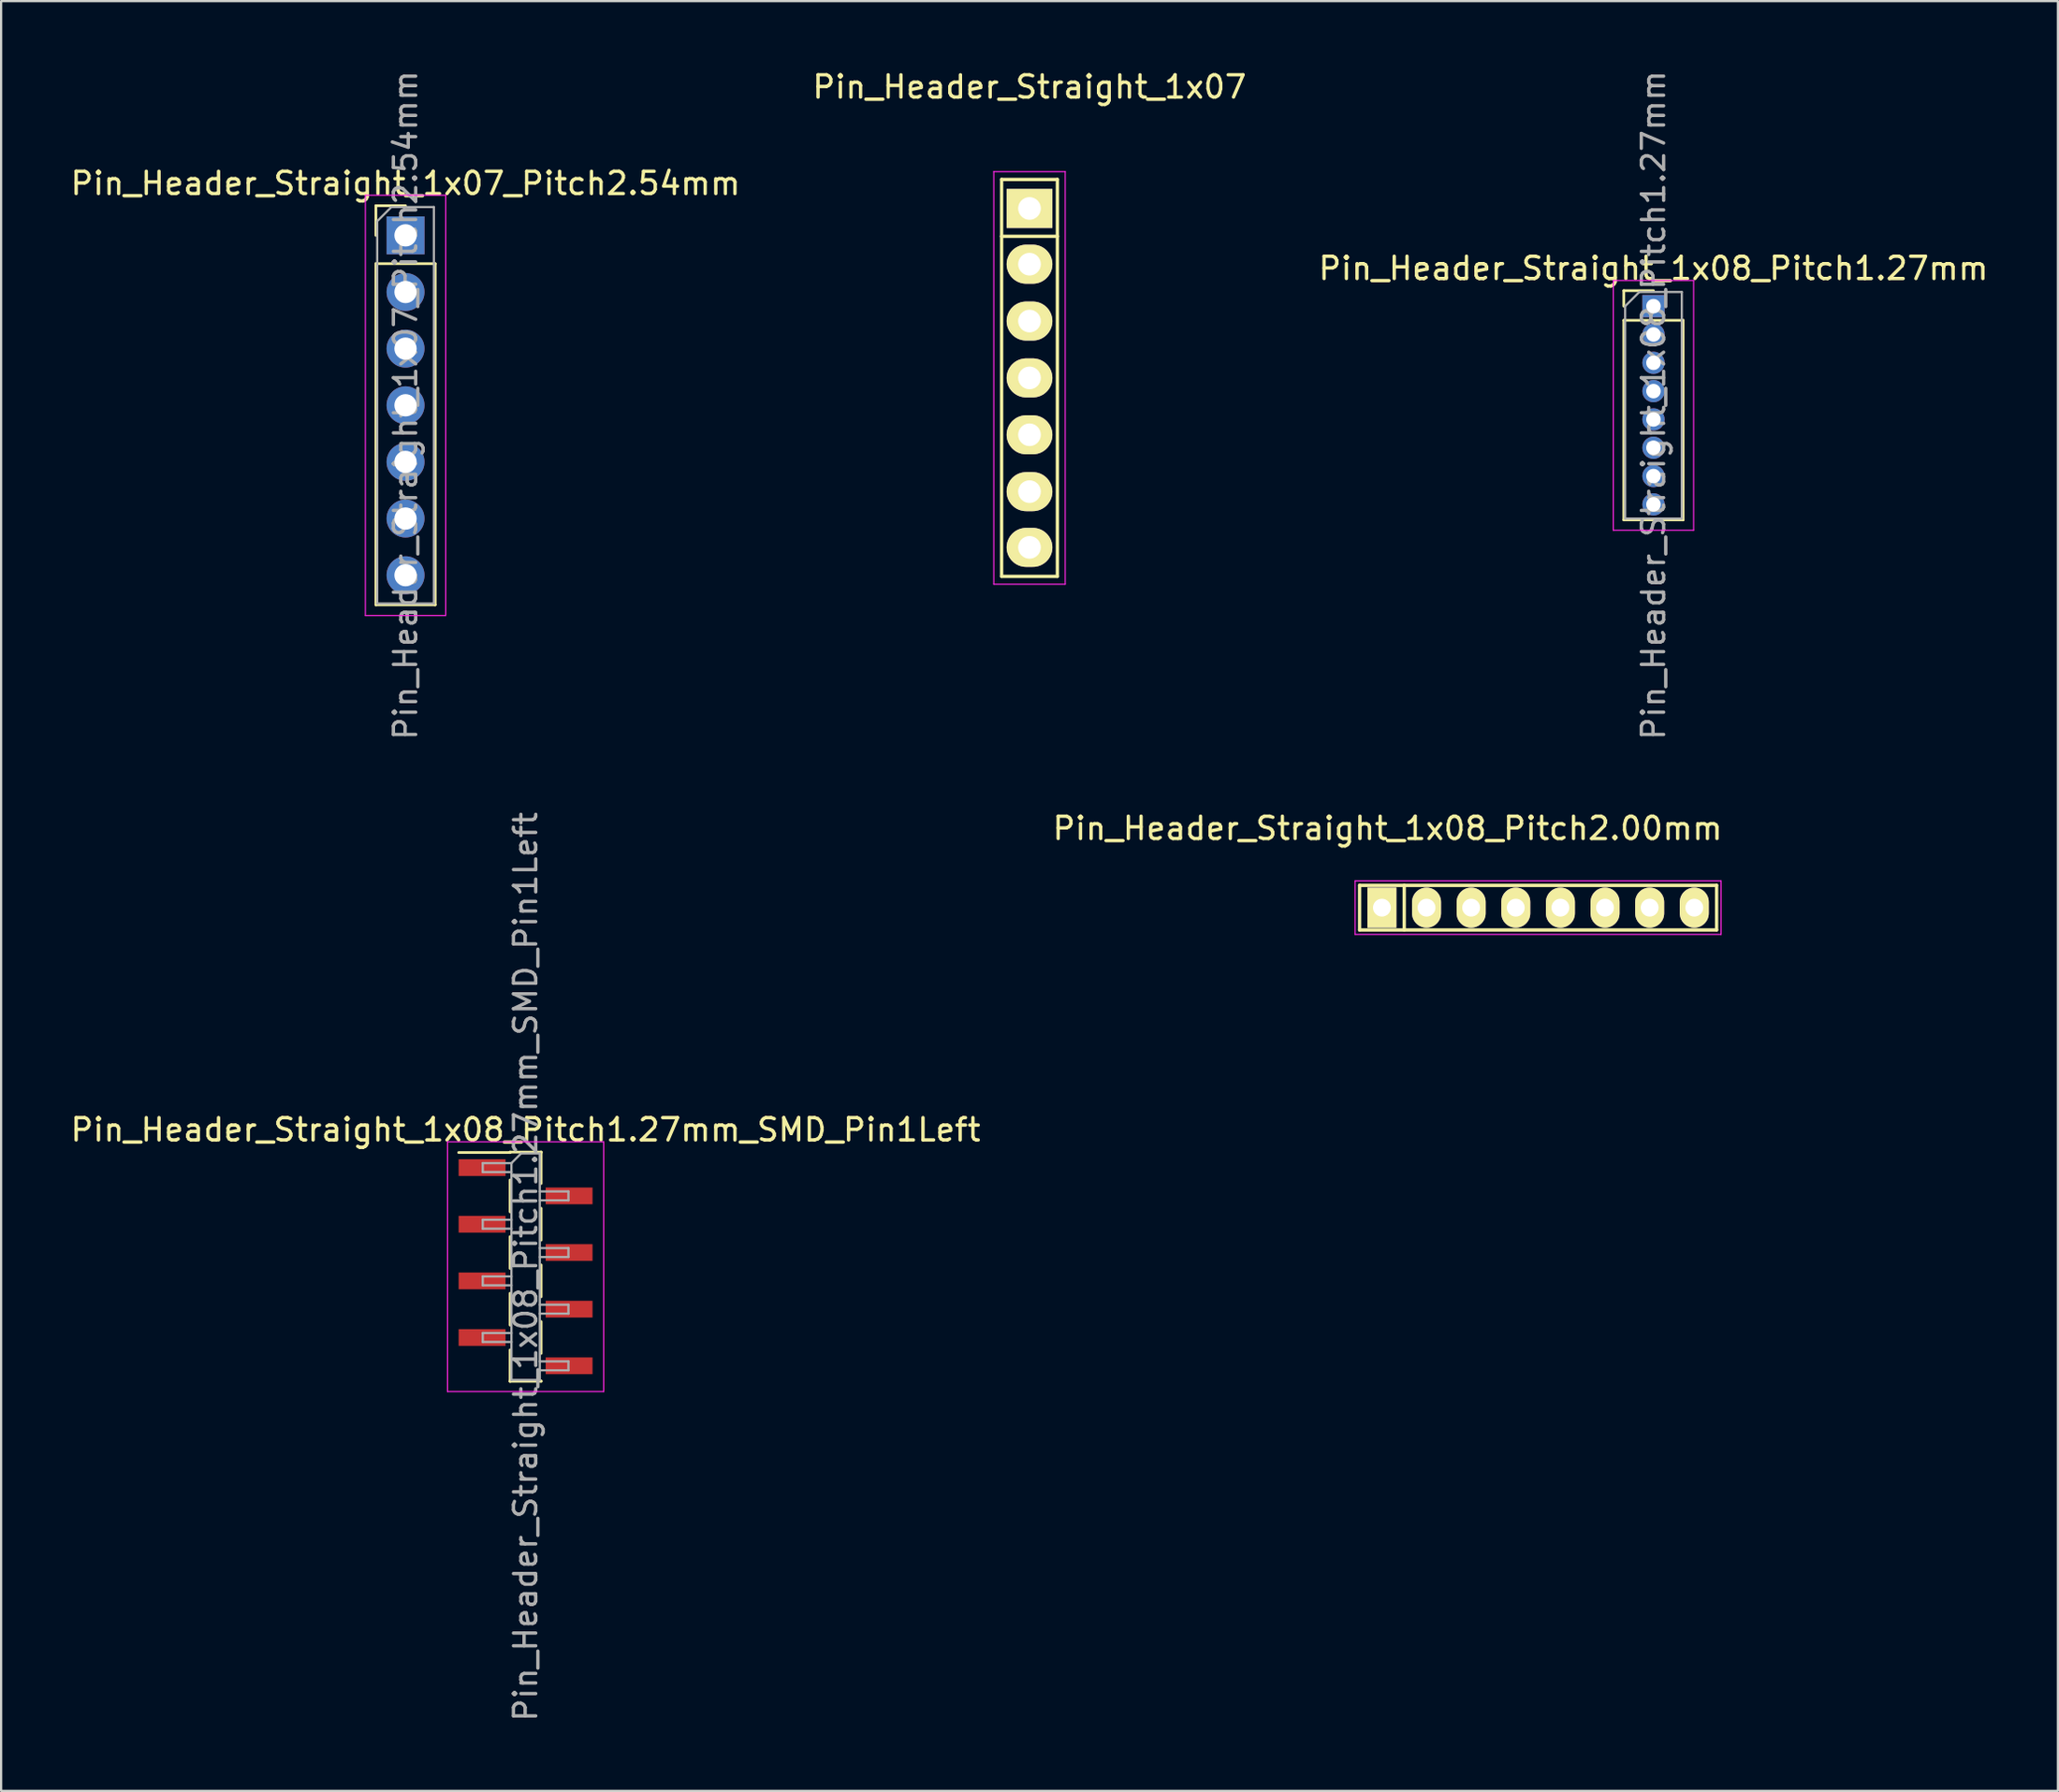
<source format=kicad_pcb>
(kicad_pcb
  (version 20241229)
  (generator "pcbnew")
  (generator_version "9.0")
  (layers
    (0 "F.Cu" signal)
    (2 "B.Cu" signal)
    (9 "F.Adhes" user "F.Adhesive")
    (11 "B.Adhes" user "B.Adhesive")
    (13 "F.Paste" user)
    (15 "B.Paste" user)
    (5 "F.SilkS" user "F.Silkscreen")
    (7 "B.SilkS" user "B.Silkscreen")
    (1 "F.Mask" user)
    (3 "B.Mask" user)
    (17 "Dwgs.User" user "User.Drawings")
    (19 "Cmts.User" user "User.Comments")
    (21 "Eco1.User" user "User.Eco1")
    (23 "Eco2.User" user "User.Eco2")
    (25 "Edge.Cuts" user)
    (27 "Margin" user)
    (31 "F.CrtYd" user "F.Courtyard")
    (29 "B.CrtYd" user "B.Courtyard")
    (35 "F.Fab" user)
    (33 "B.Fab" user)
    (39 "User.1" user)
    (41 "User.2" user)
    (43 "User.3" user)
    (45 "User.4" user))
  (footprint "Pin_Header_Straight_1x08_Pitch2.00mm"
    (layer "F.Cu")
    (at 58.883 37.654)
    (property "Reference" "Pin_Header_Straight_1x08_Pitch2.00mm" (at 0.254 -3.556 0) (layer "F.SilkS") (effects (font (size 1 1) (thickness 0.15))))
    (attr through_hole)
    (fp_line (start -1 -1) (end 15 -1) (stroke (width 0.15) (type solid)) (layer "F.SilkS"))
    (fp_line (start -1 1) (end -1 -1) (stroke (width 0.15) (type solid)) (layer "F.SilkS"))
    (fp_line (start 1 -1) (end 1 1) (stroke (width 0.15) (type solid)) (layer "F.SilkS"))
    (fp_line (start 15 -1) (end 15 1) (stroke (width 0.15) (type solid)) (layer "F.SilkS"))
    (fp_line (start 15 1) (end -1 1) (stroke (width 0.15) (type solid)) (layer "F.SilkS"))
    (fp_line (start -1.2 -1.2) (end -1.2 1.2) (stroke (width 0.05) (type solid)) (layer "F.CrtYd"))
    (fp_line (start -1.2 1.2) (end 15.2 1.2) (stroke (width 0.05) (type solid)) (layer "F.CrtYd"))
    (fp_line (start 15.2 -1.2) (end -1.2 -1.2) (stroke (width 0.05) (type solid)) (layer "F.CrtYd"))
    (fp_line (start 15.2 1.2) (end 15.2 -1.2) (stroke (width 0.05) (type solid)) (layer "F.CrtYd"))
    (pad "1" thru_hole rect (at 0 0) (size 1.3 1.8) (drill 0.8) (layers "*.Cu" "*.Mask" "F.SilkS"))
    (pad "2" thru_hole oval (at 2 0) (size 1.3 1.8) (drill 0.8) (layers "*.Cu" "*.Mask" "F.SilkS"))
    (pad "3" thru_hole oval (at 4 0) (size 1.3 1.8) (drill 0.8) (layers "*.Cu" "*.Mask" "F.SilkS"))
    (pad "4" thru_hole oval (at 6 0) (size 1.3 1.8) (drill 0.8) (layers "*.Cu" "*.Mask" "F.SilkS"))
    (pad "5" thru_hole oval (at 8 0) (size 1.3 1.8) (drill 0.8) (layers "*.Cu" "*.Mask" "F.SilkS"))
    (pad "6" thru_hole oval (at 10 0) (size 1.3 1.8) (drill 0.8) (layers "*.Cu" "*.Mask" "F.SilkS"))
    (pad "7" thru_hole oval (at 12 0) (size 1.3 1.8) (drill 0.8) (layers "*.Cu" "*.Mask" "F.SilkS"))
    (pad "8" thru_hole oval (at 14 0) (size 1.3 1.8) (drill 0.8) (layers "*.Cu" "*.Mask" "F.SilkS")))
  (footprint "Pin_Header_Straight_1x07_Pitch2.54mm"
    (layer "F.Cu")
    (at 15.125 7.505)
    (property "Reference" "Pin_Header_Straight_1x07_Pitch2.54mm" (at 0 -2.33 0) (layer "F.SilkS") (effects (font (size 1 1) (thickness 0.15))))
    (attr through_hole)
    (fp_line (start -1.33 -1.33) (end 0 -1.33) (stroke (width 0.12) (type solid)) (layer "F.SilkS"))
    (fp_line (start -1.33 0) (end -1.33 -1.33) (stroke (width 0.12) (type solid)) (layer "F.SilkS"))
    (fp_line (start -1.33 1.27) (end -1.33 16.57) (stroke (width 0.12) (type solid)) (layer "F.SilkS"))
    (fp_line (start -1.33 16.57) (end 1.33 16.57) (stroke (width 0.12) (type solid)) (layer "F.SilkS"))
    (fp_line (start 1.33 1.27) (end -1.33 1.27) (stroke (width 0.12) (type solid)) (layer "F.SilkS"))
    (fp_line (start 1.33 16.57) (end 1.33 1.27) (stroke (width 0.12) (type solid)) (layer "F.SilkS"))
    (fp_line (start -1.8 -1.8) (end -1.8 17.05) (stroke (width 0.05) (type solid)) (layer "F.CrtYd"))
    (fp_line (start -1.8 17.05) (end 1.8 17.05) (stroke (width 0.05) (type solid)) (layer "F.CrtYd"))
    (fp_line (start 1.8 -1.8) (end -1.8 -1.8) (stroke (width 0.05) (type solid)) (layer "F.CrtYd"))
    (fp_line (start 1.8 17.05) (end 1.8 -1.8) (stroke (width 0.05) (type solid)) (layer "F.CrtYd"))
    (fp_line (start -1.27 -0.635) (end -0.635 -1.27) (stroke (width 0.1) (type solid)) (layer "F.Fab"))
    (fp_line (start -1.27 16.51) (end -1.27 -0.635) (stroke (width 0.1) (type solid)) (layer "F.Fab"))
    (fp_line (start -0.635 -1.27) (end 1.27 -1.27) (stroke (width 0.1) (type solid)) (layer "F.Fab"))
    (fp_line (start 1.27 -1.27) (end 1.27 16.51) (stroke (width 0.1) (type solid)) (layer "F.Fab"))
    (fp_line (start 1.27 16.51) (end -1.27 16.51) (stroke (width 0.1) (type solid)) (layer "F.Fab"))
    (fp_text user "${REFERENCE}" (at 0 7.62 90) (layer "F.Fab") (effects (font (size 1 1) (thickness 0.15))))
    (pad "1" thru_hole rect (at 0 0) (size 1.7 1.7) (drill 1) (layers "*.Cu" "*.Mask"))
    (pad "2" thru_hole oval (at 0 2.54) (size 1.7 1.7) (drill 1) (layers "*.Cu" "*.Mask"))
    (pad "3" thru_hole oval (at 0 5.08) (size 1.7 1.7) (drill 1) (layers "*.Cu" "*.Mask"))
    (pad "4" thru_hole oval (at 0 7.62) (size 1.7 1.7) (drill 1) (layers "*.Cu" "*.Mask"))
    (pad "5" thru_hole oval (at 0 10.16) (size 1.7 1.7) (drill 1) (layers "*.Cu" "*.Mask"))
    (pad "6" thru_hole oval (at 0 12.7) (size 1.7 1.7) (drill 1) (layers "*.Cu" "*.Mask"))
    (pad "7" thru_hole oval (at 0 15.24) (size 1.7 1.7) (drill 1) (layers "*.Cu" "*.Mask")))
  (footprint "Pin_Header_Straight_1x08_Pitch1.27mm_SMD_Pin1Left"
    (layer "F.Cu")
    (at 20.506 53.756)
    (property "Reference" "Pin_Header_Straight_1x08_Pitch1.27mm_SMD_Pin1Left" (at 0 -6.14 0) (layer "F.SilkS") (effects (font (size 1 1) (thickness 0.15))))
    (attr smd)
    (fp_line (start -0.695 -5.14) (end 0.695 -5.14) (stroke (width 0.12) (type solid)) (layer "F.SilkS"))
    (fp_line (start -0.695 -5.12) (end -3 -5.12) (stroke (width 0.12) (type solid)) (layer "F.SilkS"))
    (fp_line (start -0.695 -5.12) (end -0.695 -5.14) (stroke (width 0.12) (type solid)) (layer "F.SilkS"))
    (fp_line (start -0.695 -3.89) (end -0.695 -2.46) (stroke (width 0.12) (type solid)) (layer "F.SilkS"))
    (fp_line (start -0.695 -1.35) (end -0.695 0.08) (stroke (width 0.12) (type solid)) (layer "F.SilkS"))
    (fp_line (start -0.695 1.19) (end -0.695 2.62) (stroke (width 0.12) (type solid)) (layer "F.SilkS"))
    (fp_line (start -0.695 3.73) (end -0.695 5.14) (stroke (width 0.12) (type solid)) (layer "F.SilkS"))
    (fp_line (start -0.695 5.12) (end -0.695 5.14) (stroke (width 0.12) (type solid)) (layer "F.SilkS"))
    (fp_line (start -0.695 5.14) (end 0.695 5.14) (stroke (width 0.12) (type solid)) (layer "F.SilkS"))
    (fp_line (start 0.695 -5.14) (end 0.695 -5.12) (stroke (width 0.12) (type solid)) (layer "F.SilkS"))
    (fp_line (start 0.695 -5.14) (end 0.695 -3.73) (stroke (width 0.12) (type solid)) (layer "F.SilkS"))
    (fp_line (start 0.695 -2.62) (end 0.695 -1.19) (stroke (width 0.12) (type solid)) (layer "F.SilkS"))
    (fp_line (start 0.695 -0.08) (end 0.695 1.35) (stroke (width 0.12) (type solid)) (layer "F.SilkS"))
    (fp_line (start 0.695 2.46) (end 0.695 3.89) (stroke (width 0.12) (type solid)) (layer "F.SilkS"))
    (fp_line (start 0.695 5.14) (end 0.695 5.12) (stroke (width 0.12) (type solid)) (layer "F.SilkS"))
    (fp_line (start -3.5 -5.6) (end -3.5 5.6) (stroke (width 0.05) (type solid)) (layer "F.CrtYd"))
    (fp_line (start -3.5 5.6) (end 3.5 5.6) (stroke (width 0.05) (type solid)) (layer "F.CrtYd"))
    (fp_line (start 3.5 -5.6) (end -3.5 -5.6) (stroke (width 0.05) (type solid)) (layer "F.CrtYd"))
    (fp_line (start 3.5 5.6) (end 3.5 -5.6) (stroke (width 0.05) (type solid)) (layer "F.CrtYd"))
    (fp_line (start -1.92 -4.645) (end -1.92 -4.245) (stroke (width 0.1) (type solid)) (layer "F.Fab"))
    (fp_line (start -1.92 -4.245) (end -0.635 -4.245) (stroke (width 0.1) (type solid)) (layer "F.Fab"))
    (fp_line (start -1.92 -2.105) (end -1.92 -1.705) (stroke (width 0.1) (type solid)) (layer "F.Fab"))
    (fp_line (start -1.92 -1.705) (end -0.635 -1.705) (stroke (width 0.1) (type solid)) (layer "F.Fab"))
    (fp_line (start -1.92 0.435) (end -1.92 0.835) (stroke (width 0.1) (type solid)) (layer "F.Fab"))
    (fp_line (start -1.92 0.835) (end -0.635 0.835) (stroke (width 0.1) (type solid)) (layer "F.Fab"))
    (fp_line (start -1.92 2.975) (end -1.92 3.375) (stroke (width 0.1) (type solid)) (layer "F.Fab"))
    (fp_line (start -1.92 3.375) (end -0.635 3.375) (stroke (width 0.1) (type solid)) (layer "F.Fab"))
    (fp_line (start -0.635 -4.645) (end -1.92 -4.645) (stroke (width 0.1) (type solid)) (layer "F.Fab"))
    (fp_line (start -0.635 -4.645) (end -0.2 -5.08) (stroke (width 0.1) (type solid)) (layer "F.Fab"))
    (fp_line (start -0.635 -2.105) (end -1.92 -2.105) (stroke (width 0.1) (type solid)) (layer "F.Fab"))
    (fp_line (start -0.635 0.435) (end -1.92 0.435) (stroke (width 0.1) (type solid)) (layer "F.Fab"))
    (fp_line (start -0.635 2.975) (end -1.92 2.975) (stroke (width 0.1) (type solid)) (layer "F.Fab"))
    (fp_line (start -0.635 5.08) (end -0.635 -4.645) (stroke (width 0.1) (type solid)) (layer "F.Fab"))
    (fp_line (start -0.2 -5.08) (end 0.635 -5.08) (stroke (width 0.1) (type solid)) (layer "F.Fab"))
    (fp_line (start 0.635 -5.08) (end 0.635 5.08) (stroke (width 0.1) (type solid)) (layer "F.Fab"))
    (fp_line (start 0.635 -3.375) (end 1.92 -3.375) (stroke (width 0.1) (type solid)) (layer "F.Fab"))
    (fp_line (start 0.635 -0.835) (end 1.92 -0.835) (stroke (width 0.1) (type solid)) (layer "F.Fab"))
    (fp_line (start 0.635 1.705) (end 1.92 1.705) (stroke (width 0.1) (type solid)) (layer "F.Fab"))
    (fp_line (start 0.635 4.245) (end 1.92 4.245) (stroke (width 0.1) (type solid)) (layer "F.Fab"))
    (fp_line (start 0.635 5.08) (end -0.635 5.08) (stroke (width 0.1) (type solid)) (layer "F.Fab"))
    (fp_line (start 1.92 -3.375) (end 1.92 -2.975) (stroke (width 0.1) (type solid)) (layer "F.Fab"))
    (fp_line (start 1.92 -2.975) (end 0.635 -2.975) (stroke (width 0.1) (type solid)) (layer "F.Fab"))
    (fp_line (start 1.92 -0.835) (end 1.92 -0.435) (stroke (width 0.1) (type solid)) (layer "F.Fab"))
    (fp_line (start 1.92 -0.435) (end 0.635 -0.435) (stroke (width 0.1) (type solid)) (layer "F.Fab"))
    (fp_line (start 1.92 1.705) (end 1.92 2.105) (stroke (width 0.1) (type solid)) (layer "F.Fab"))
    (fp_line (start 1.92 2.105) (end 0.635 2.105) (stroke (width 0.1) (type solid)) (layer "F.Fab"))
    (fp_line (start 1.92 4.245) (end 1.92 4.645) (stroke (width 0.1) (type solid)) (layer "F.Fab"))
    (fp_line (start 1.92 4.645) (end 0.635 4.645) (stroke (width 0.1) (type solid)) (layer "F.Fab"))
    (fp_text user "${REFERENCE}" (at 0 0 90) (layer "F.Fab") (effects (font (size 1 1) (thickness 0.15))))
    (pad "1" smd rect (at -1.95 -4.445) (size 2.1 0.75) (layers "F.Cu" "F.Mask" "F.Paste"))
    (pad "2" smd rect (at 1.95 -3.175) (size 2.1 0.75) (layers "F.Cu" "F.Mask" "F.Paste"))
    (pad "3" smd rect (at -1.95 -1.905) (size 2.1 0.75) (layers "F.Cu" "F.Mask" "F.Paste"))
    (pad "4" smd rect (at 1.95 -0.635) (size 2.1 0.75) (layers "F.Cu" "F.Mask" "F.Paste"))
    (pad "5" smd rect (at -1.95 0.635) (size 2.1 0.75) (layers "F.Cu" "F.Mask" "F.Paste"))
    (pad "6" smd rect (at 1.95 1.905) (size 2.1 0.75) (layers "F.Cu" "F.Mask" "F.Paste"))
    (pad "7" smd rect (at -1.95 3.175) (size 2.1 0.75) (layers "F.Cu" "F.Mask" "F.Paste"))
    (pad "8" smd rect (at 1.95 4.445) (size 2.1 0.75) (layers "F.Cu" "F.Mask" "F.Paste")))
  (footprint "Pin_Header_Straight_1x07"
    (layer "F.Cu")
    (at 43.089 6.298)
    (property "Reference" "Pin_Header_Straight_1x07" (at 0 -5.45 0) (layer "F.SilkS") (effects (font (size 1 1) (thickness 0.15))))
    (attr through_hole)
    (fp_line (start -1.25 -1.3) (end -1.25 1.25) (stroke (width 0.15) (type solid)) (layer "F.SilkS"))
    (fp_line (start -1.25 16.5) (end -1.25 1.25) (stroke (width 0.15) (type solid)) (layer "F.SilkS"))
    (fp_line (start 1.25 -1.3) (end -1.25 -1.3) (stroke (width 0.15) (type solid)) (layer "F.SilkS"))
    (fp_line (start 1.25 -1.3) (end 1.25 1.25) (stroke (width 0.15) (type solid)) (layer "F.SilkS"))
    (fp_line (start 1.25 1.25) (end -1.25 1.25) (stroke (width 0.15) (type solid)) (layer "F.SilkS"))
    (fp_line (start 1.25 1.25) (end 1.25 16.5) (stroke (width 0.15) (type solid)) (layer "F.SilkS"))
    (fp_line (start 1.25 16.5) (end -1.25 16.5) (stroke (width 0.15) (type solid)) (layer "F.SilkS"))
    (fp_line (start -1.6 -1.65) (end -1.6 16.85) (stroke (width 0.05) (type solid)) (layer "F.CrtYd"))
    (fp_line (start -1.6 -1.65) (end 1.6 -1.65) (stroke (width 0.05) (type solid)) (layer "F.CrtYd"))
    (fp_line (start -1.6 16.85) (end 1.6 16.85) (stroke (width 0.05) (type solid)) (layer "F.CrtYd"))
    (fp_line (start 1.6 -1.65) (end 1.6 16.85) (stroke (width 0.05) (type solid)) (layer "F.CrtYd"))
    (pad "1" thru_hole rect (at 0 0) (size 2.05 1.75) (drill 1.016) (layers "*.Cu" "*.Mask" "F.SilkS"))
    (pad "2" thru_hole oval (at 0 2.5) (size 2.05 1.75) (drill 1.016) (layers "*.Cu" "*.Mask" "F.SilkS"))
    (pad "3" thru_hole oval (at 0 5.05) (size 2.05 1.75) (drill 1.016) (layers "*.Cu" "*.Mask" "F.SilkS"))
    (pad "4" thru_hole oval (at 0 7.6) (size 2.05 1.75) (drill 1.016) (layers "*.Cu" "*.Mask" "F.SilkS"))
    (pad "5" thru_hole oval (at 0 10.15) (size 2.05 1.75) (drill 1.016) (layers "*.Cu" "*.Mask" "F.SilkS"))
    (pad "6" thru_hole oval (at 0 12.7) (size 2.05 1.75) (drill 1.016) (layers "*.Cu" "*.Mask" "F.SilkS"))
    (pad "7" thru_hole oval (at 0 15.2) (size 2.05 1.75) (drill 1.016) (layers "*.Cu" "*.Mask" "F.SilkS")))
  (footprint "Pin_Header_Straight_1x08_Pitch1.27mm"
    (layer "F.Cu")
    (at 71.054 10.68)
    (property "Reference" "Pin_Header_Straight_1x08_Pitch1.27mm" (at 0 -1.695 0) (layer "F.SilkS") (effects (font (size 1 1) (thickness 0.15))))
    (attr through_hole)
    (fp_line (start -1.33 -0.695) (end 0 -0.695) (stroke (width 0.12) (type solid)) (layer "F.SilkS"))
    (fp_line (start -1.33 0) (end -1.33 -0.695) (stroke (width 0.12) (type solid)) (layer "F.SilkS"))
    (fp_line (start -1.33 0.635) (end -1.33 9.585) (stroke (width 0.12) (type solid)) (layer "F.SilkS"))
    (fp_line (start -1.33 9.585) (end 1.33 9.585) (stroke (width 0.12) (type solid)) (layer "F.SilkS"))
    (fp_line (start 1.33 0.635) (end -1.33 0.635) (stroke (width 0.12) (type solid)) (layer "F.SilkS"))
    (fp_line (start 1.33 9.585) (end 1.33 0.635) (stroke (width 0.12) (type solid)) (layer "F.SilkS"))
    (fp_line (start -1.8 -1.15) (end -1.8 10.05) (stroke (width 0.05) (type solid)) (layer "F.CrtYd"))
    (fp_line (start -1.8 10.05) (end 1.8 10.05) (stroke (width 0.05) (type solid)) (layer "F.CrtYd"))
    (fp_line (start 1.8 -1.15) (end -1.8 -1.15) (stroke (width 0.05) (type solid)) (layer "F.CrtYd"))
    (fp_line (start 1.8 10.05) (end 1.8 -1.15) (stroke (width 0.05) (type solid)) (layer "F.CrtYd"))
    (fp_line (start -1.27 0) (end -0.635 -0.635) (stroke (width 0.1) (type solid)) (layer "F.Fab"))
    (fp_line (start -1.27 9.525) (end -1.27 0) (stroke (width 0.1) (type solid)) (layer "F.Fab"))
    (fp_line (start -0.635 -0.635) (end 1.27 -0.635) (stroke (width 0.1) (type solid)) (layer "F.Fab"))
    (fp_line (start 1.27 -0.635) (end 1.27 9.525) (stroke (width 0.1) (type solid)) (layer "F.Fab"))
    (fp_line (start 1.27 9.525) (end -1.27 9.525) (stroke (width 0.1) (type solid)) (layer "F.Fab"))
    (fp_text user "${REFERENCE}" (at 0 4.445 90) (layer "F.Fab") (effects (font (size 1 1) (thickness 0.15))))
    (pad "1" thru_hole rect (at 0 0) (size 1 1) (drill 0.65) (layers "*.Cu" "*.Mask"))
    (pad "2" thru_hole oval (at 0 1.27) (size 1 1) (drill 0.65) (layers "*.Cu" "*.Mask"))
    (pad "3" thru_hole oval (at 0 2.54) (size 1 1) (drill 0.65) (layers "*.Cu" "*.Mask"))
    (pad "4" thru_hole oval (at 0 3.81) (size 1 1) (drill 0.65) (layers "*.Cu" "*.Mask"))
    (pad "5" thru_hole oval (at 0 5.08) (size 1 1) (drill 0.65) (layers "*.Cu" "*.Mask"))
    (pad "6" thru_hole oval (at 0 6.35) (size 1 1) (drill 0.65) (layers "*.Cu" "*.Mask"))
    (pad "7" thru_hole oval (at 0 7.62) (size 1 1) (drill 0.65) (layers "*.Cu" "*.Mask"))
    (pad "8" thru_hole oval (at 0 8.89) (size 1 1) (drill 0.65) (layers "*.Cu" "*.Mask")))
  (gr_rect
    (start -3 -3)
    (end 89.179 77.262)
    (stroke (width 0.1) (type default))
    (fill no)
    (layer "Edge.Cuts")))
</source>
